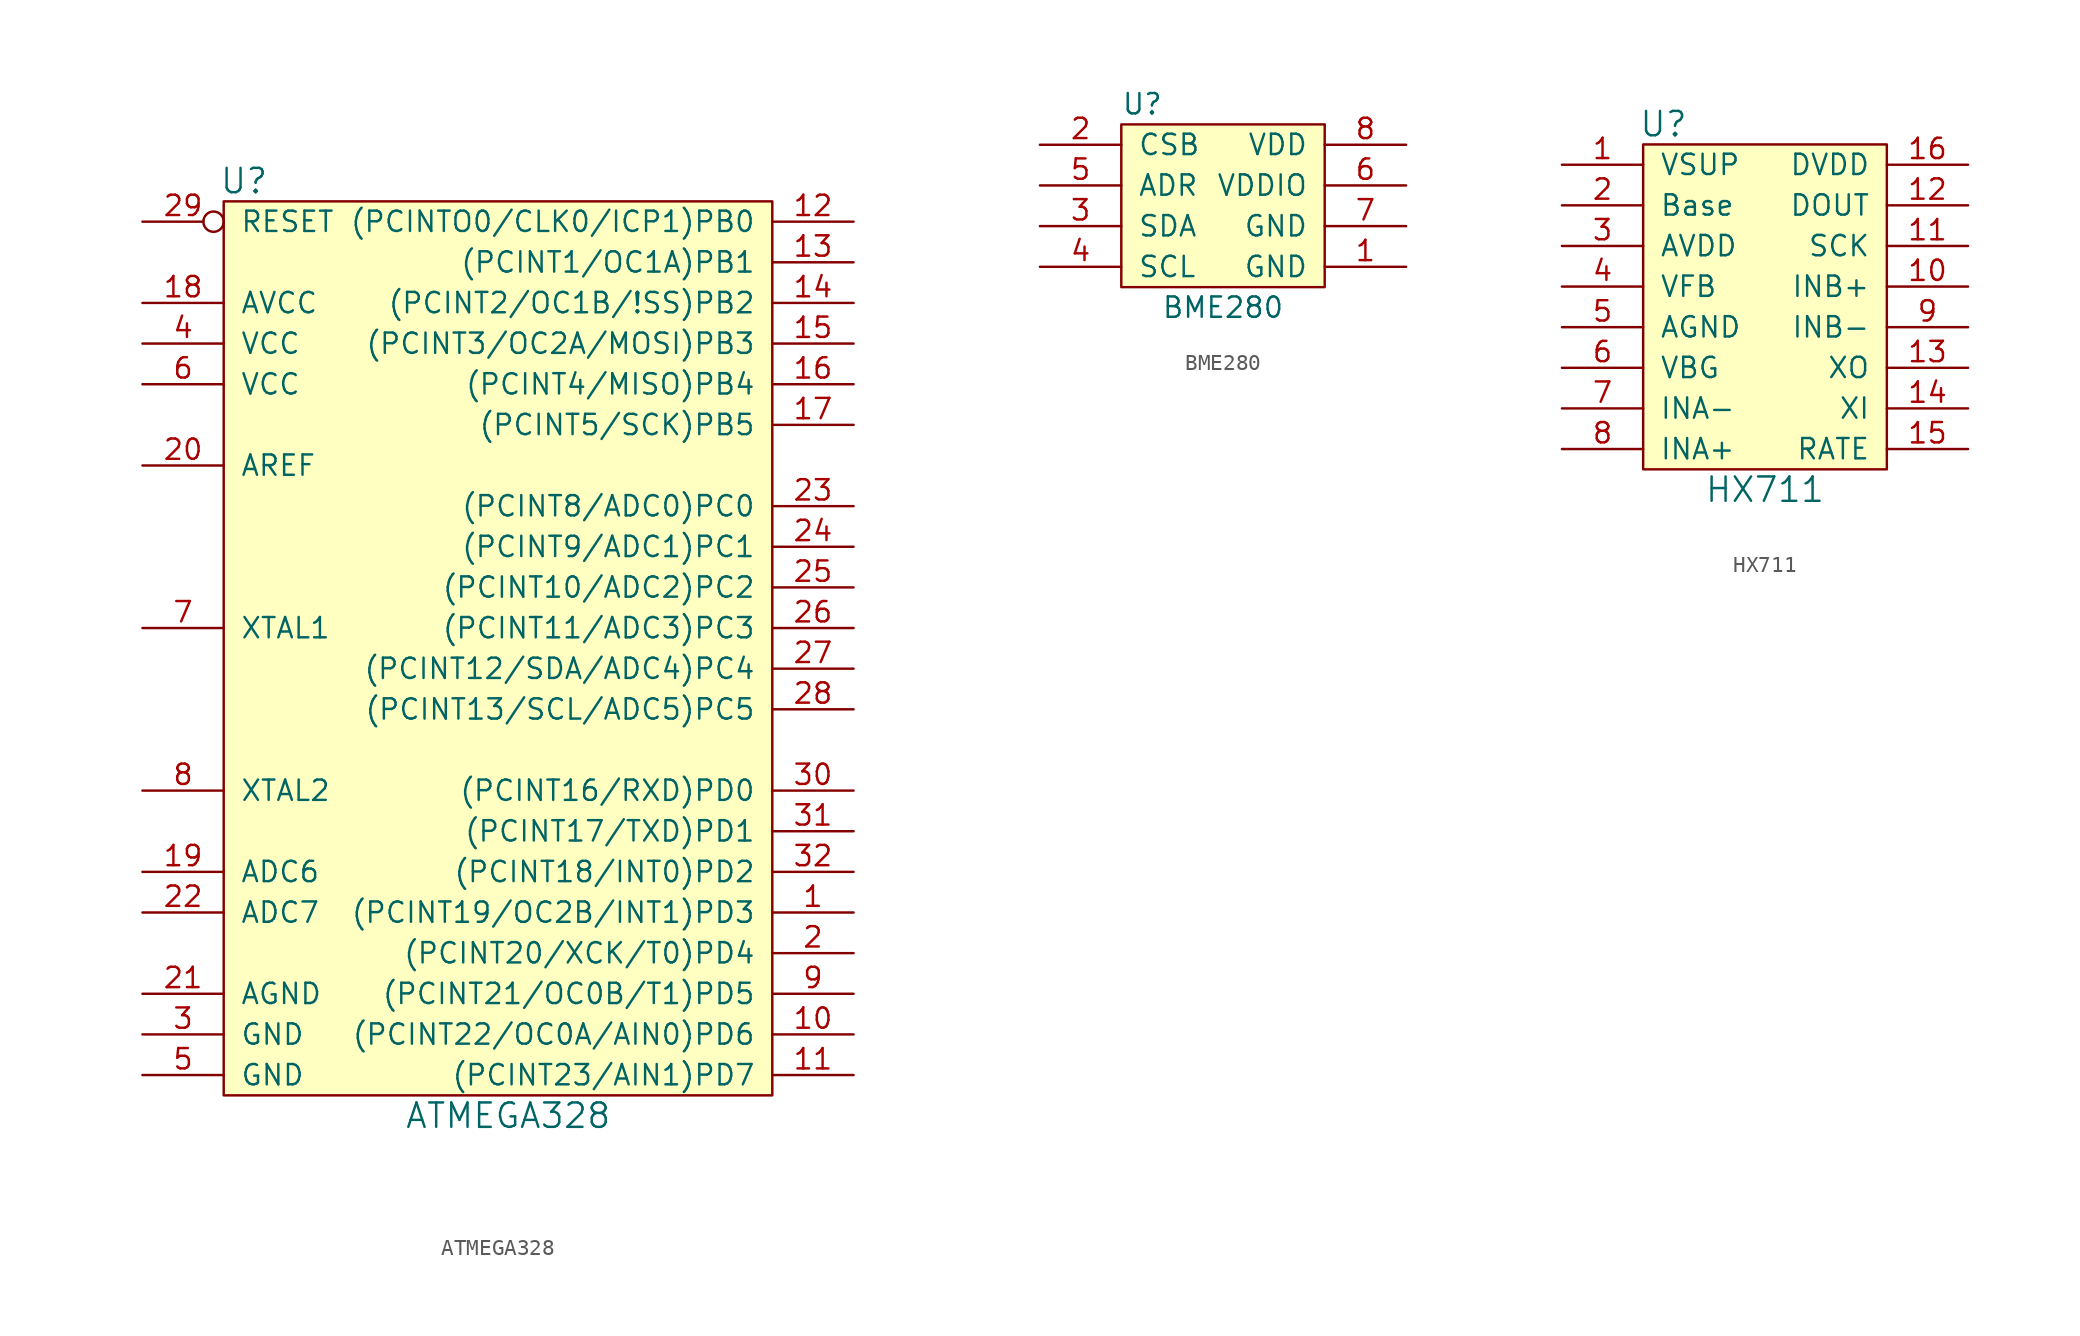
<source format=kicad_sym>
(kicad_symbol_lib
  (version 20211014)
  (generator kicad_symbol_editor)
  (symbol "ATMEGA328"
    (pin_names
      (offset 1.016))
    (property "Reference" "U"
      (at -16.51 26.67 0)
      (effects (font (size 1.524 1.524))))
    (property "Value" "ATMEGA328"
      (at 0 -31.75 0)
      (effects (font (size 1.524 1.524))))
    (symbol "ATMEGA328_0_1"
      (rectangle (start -17.78 25.4) (end 16.51 -30.48) (stroke (width 0) (type default) (color 0 0 0 0)) (fill (type background))))
    (symbol "ATMEGA328_1_1"
      (pin bidirectional line (at 21.59 -19.05 180) (length 5.08) (name "(PCINT19/OC2B/INT1)PD3" (effects (font (size 1.27 1.27)))) (number "1" (effects (font (size 1.27 1.27)))))
      (pin bidirectional line (at 21.59 -26.67 180) (length 5.08) (name "(PCINT22/OC0A/AIN0)PD6" (effects (font (size 1.27 1.27)))) (number "10" (effects (font (size 1.27 1.27)))))
      (pin bidirectional line (at 21.59 -29.21 180) (length 5.08) (name "(PCINT23/AIN1)PD7" (effects (font (size 1.27 1.27)))) (number "11" (effects (font (size 1.27 1.27)))))
      (pin bidirectional line (at 21.59 24.13 180) (length 5.08) (name "(PCINTO0/CLK0/ICP1)PB0" (effects (font (size 1.27 1.27)))) (number "12" (effects (font (size 1.27 1.27)))))
      (pin bidirectional line (at 21.59 21.59 180) (length 5.08) (name "(PCINT1/OC1A)PB1" (effects (font (size 1.27 1.27)))) (number "13" (effects (font (size 1.27 1.27)))))
      (pin bidirectional line (at 21.59 19.05 180) (length 5.08) (name "(PCINT2/OC1B/!SS)PB2" (effects (font (size 1.27 1.27)))) (number "14" (effects (font (size 1.27 1.27)))))
      (pin bidirectional line (at 21.59 16.51 180) (length 5.08) (name "(PCINT3/OC2A/MOSI)PB3" (effects (font (size 1.27 1.27)))) (number "15" (effects (font (size 1.27 1.27)))))
      (pin bidirectional line (at 21.59 13.97 180) (length 5.08) (name "(PCINT4/MISO)PB4" (effects (font (size 1.27 1.27)))) (number "16" (effects (font (size 1.27 1.27)))))
      (pin bidirectional line (at 21.59 11.43 180) (length 5.08) (name "(PCINT5/SCK)PB5" (effects (font (size 1.27 1.27)))) (number "17" (effects (font (size 1.27 1.27)))))
      (pin power_in line (at -22.86 19.05 0) (length 5.08) (name "AVCC" (effects (font (size 1.27 1.27)))) (number "18" (effects (font (size 1.27 1.27)))))
      (pin input line (at -22.86 -16.51 0) (length 5.08) (name "ADC6" (effects (font (size 1.27 1.27)))) (number "19" (effects (font (size 1.27 1.27)))))
      (pin bidirectional line (at 21.59 -21.59 180) (length 5.08) (name "(PCINT20/XCK/T0)PD4" (effects (font (size 1.27 1.27)))) (number "2" (effects (font (size 1.27 1.27)))))
      (pin input line (at -22.86 8.89 0) (length 5.08) (name "AREF" (effects (font (size 1.27 1.27)))) (number "20" (effects (font (size 1.27 1.27)))))
      (pin power_in line (at -22.86 -24.13 0) (length 5.08) (name "AGND" (effects (font (size 1.27 1.27)))) (number "21" (effects (font (size 1.27 1.27)))))
      (pin input line (at -22.86 -19.05 0) (length 5.08) (name "ADC7" (effects (font (size 1.27 1.27)))) (number "22" (effects (font (size 1.27 1.27)))))
      (pin bidirectional line (at 21.59 6.35 180) (length 5.08) (name "(PCINT8/ADC0)PC0" (effects (font (size 1.27 1.27)))) (number "23" (effects (font (size 1.27 1.27)))))
      (pin bidirectional line (at 21.59 3.81 180) (length 5.08) (name "(PCINT9/ADC1)PC1" (effects (font (size 1.27 1.27)))) (number "24" (effects (font (size 1.27 1.27)))))
      (pin bidirectional line (at 21.59 1.27 180) (length 5.08) (name "(PCINT10/ADC2)PC2" (effects (font (size 1.27 1.27)))) (number "25" (effects (font (size 1.27 1.27)))))
      (pin bidirectional line (at 21.59 -1.27 180) (length 5.08) (name "(PCINT11/ADC3)PC3" (effects (font (size 1.27 1.27)))) (number "26" (effects (font (size 1.27 1.27)))))
      (pin bidirectional line (at 21.59 -3.81 180) (length 5.08) (name "(PCINT12/SDA/ADC4)PC4" (effects (font (size 1.27 1.27)))) (number "27" (effects (font (size 1.27 1.27)))))
      (pin bidirectional line (at 21.59 -6.35 180) (length 5.08) (name "(PCINT13/SCL/ADC5)PC5" (effects (font (size 1.27 1.27)))) (number "28" (effects (font (size 1.27 1.27)))))
      (pin input inverted (at -22.86 24.13 0) (length 5.08) (name "RESET" (effects (font (size 1.27 1.27)))) (number "29" (effects (font (size 1.27 1.27)))))
      (pin power_in line (at -22.86 -26.67 0) (length 5.08) (name "GND" (effects (font (size 1.27 1.27)))) (number "3" (effects (font (size 1.27 1.27)))))
      (pin bidirectional line (at 21.59 -11.43 180) (length 5.08) (name "(PCINT16/RXD)PD0" (effects (font (size 1.27 1.27)))) (number "30" (effects (font (size 1.27 1.27)))))
      (pin bidirectional line (at 21.59 -13.97 180) (length 5.08) (name "(PCINT17/TXD)PD1" (effects (font (size 1.27 1.27)))) (number "31" (effects (font (size 1.27 1.27)))))
      (pin bidirectional line (at 21.59 -16.51 180) (length 5.08) (name "(PCINT18/INT0)PD2" (effects (font (size 1.27 1.27)))) (number "32" (effects (font (size 1.27 1.27)))))
      (pin power_in line (at -22.86 16.51 0) (length 5.08) (name "VCC" (effects (font (size 1.27 1.27)))) (number "4" (effects (font (size 1.27 1.27)))))
      (pin power_in line (at -22.86 -29.21 0) (length 5.08) (name "GND" (effects (font (size 1.27 1.27)))) (number "5" (effects (font (size 1.27 1.27)))))
      (pin power_in line (at -22.86 13.97 0) (length 5.08) (name "VCC" (effects (font (size 1.27 1.27)))) (number "6" (effects (font (size 1.27 1.27)))))
      (pin bidirectional line (at -22.86 -1.27 0) (length 5.08) (name "XTAL1" (effects (font (size 1.27 1.27)))) (number "7" (effects (font (size 1.27 1.27)))))
      (pin bidirectional line (at -22.86 -11.43 0) (length 5.08) (name "XTAL2" (effects (font (size 1.27 1.27)))) (number "8" (effects (font (size 1.27 1.27)))))
      (pin bidirectional line (at 21.59 -24.13 180) (length 5.08) (name "(PCINT21/OC0B/T1)PD5" (effects (font (size 1.27 1.27)))) (number "9" (effects (font (size 1.27 1.27)))))))
  (symbol "BME280"
    (pin_names
      (offset 1.016))
    (property "Reference" "U"
      (at -6.35 6.35 0)
      (effects (font (size 1.27 1.27)) (justify left)))
    (property "Value" "BME280"
      (at 0 -6.35 0)
      (effects (font (size 1.27 1.27))))
    (symbol "BME280_0_1"
      (rectangle (start -6.35 5.08) (end 6.35 -5.08) (stroke (width 0) (type default) (color 0 0 0 0)) (fill (type background))))
    (symbol "BME280_1_1"
      (pin power_in line (at 11.43 -3.81 180) (length 5.08) (name "GND" (effects (font (size 1.27 1.27)))) (number "1" (effects (font (size 1.27 1.27)))))
      (pin input line (at -11.43 3.81 0) (length 5.08) (name "CSB" (effects (font (size 1.27 1.27)))) (number "2" (effects (font (size 1.27 1.27)))))
      (pin bidirectional line (at -11.43 -1.27 0) (length 5.08) (name "SDA" (effects (font (size 1.27 1.27)))) (number "3" (effects (font (size 1.27 1.27)))))
      (pin input line (at -11.43 -3.81 0) (length 5.08) (name "SCL" (effects (font (size 1.27 1.27)))) (number "4" (effects (font (size 1.27 1.27)))))
      (pin bidirectional line (at -11.43 1.27 0) (length 5.08) (name "ADR" (effects (font (size 1.27 1.27)))) (number "5" (effects (font (size 1.27 1.27)))))
      (pin power_in line (at 11.43 1.27 180) (length 5.08) (name "VDDIO" (effects (font (size 1.27 1.27)))) (number "6" (effects (font (size 1.27 1.27)))))
      (pin power_in line (at 11.43 -1.27 180) (length 5.08) (name "GND" (effects (font (size 1.27 1.27)))) (number "7" (effects (font (size 1.27 1.27)))))
      (pin power_in line (at 11.43 3.81 180) (length 5.08) (name "VDD" (effects (font (size 1.27 1.27)))) (number "8" (effects (font (size 1.27 1.27)))))))
  (symbol "HX711"
    (pin_names
      (offset 1.016))
    (property "Reference" "U"
      (at -6.35 11.43 0)
      (effects (font (size 1.524 1.524))))
    (property "Value" "HX711"
      (at 0 -11.43 0)
      (effects (font (size 1.524 1.524))))
    (symbol "HX711_0_1"
      (rectangle (start -7.62 10.16) (end 7.62 -10.16) (stroke (width 0) (type default) (color 0 0 0 0)) (fill (type background))))
    (symbol "HX711_1_1"
      (pin power_in line (at -12.7 8.89 0) (length 5.08) (name "VSUP" (effects (font (size 1.27 1.27)))) (number "1" (effects (font (size 1.27 1.27)))))
      (pin input line (at 12.7 1.27 180) (length 5.08) (name "INB+" (effects (font (size 1.27 1.27)))) (number "10" (effects (font (size 1.27 1.27)))))
      (pin input line (at 12.7 3.81 180) (length 5.08) (name "SCK" (effects (font (size 1.27 1.27)))) (number "11" (effects (font (size 1.27 1.27)))))
      (pin output line (at 12.7 6.35 180) (length 5.08) (name "DOUT" (effects (font (size 1.27 1.27)))) (number "12" (effects (font (size 1.27 1.27)))))
      (pin bidirectional line (at 12.7 -3.81 180) (length 5.08) (name "XO" (effects (font (size 1.27 1.27)))) (number "13" (effects (font (size 1.27 1.27)))))
      (pin bidirectional line (at 12.7 -6.35 180) (length 5.08) (name "XI" (effects (font (size 1.27 1.27)))) (number "14" (effects (font (size 1.27 1.27)))))
      (pin input line (at 12.7 -8.89 180) (length 5.08) (name "RATE" (effects (font (size 1.27 1.27)))) (number "15" (effects (font (size 1.27 1.27)))))
      (pin power_in line (at 12.7 8.89 180) (length 5.08) (name "DVDD" (effects (font (size 1.27 1.27)))) (number "16" (effects (font (size 1.27 1.27)))))
      (pin output line (at -12.7 6.35 0) (length 5.08) (name "Base" (effects (font (size 1.27 1.27)))) (number "2" (effects (font (size 1.27 1.27)))))
      (pin power_in line (at -12.7 3.81 0) (length 5.08) (name "AVDD" (effects (font (size 1.27 1.27)))) (number "3" (effects (font (size 1.27 1.27)))))
      (pin input line (at -12.7 1.27 0) (length 5.08) (name "VFB" (effects (font (size 1.27 1.27)))) (number "4" (effects (font (size 1.27 1.27)))))
      (pin input line (at -12.7 -1.27 0) (length 5.08) (name "AGND" (effects (font (size 1.27 1.27)))) (number "5" (effects (font (size 1.27 1.27)))))
      (pin output line (at -12.7 -3.81 0) (length 5.08) (name "VBG" (effects (font (size 1.27 1.27)))) (number "6" (effects (font (size 1.27 1.27)))))
      (pin input line (at -12.7 -6.35 0) (length 5.08) (name "INA-" (effects (font (size 1.27 1.27)))) (number "7" (effects (font (size 1.27 1.27)))))
      (pin input line (at -12.7 -8.89 0) (length 5.08) (name "INA+" (effects (font (size 1.27 1.27)))) (number "8" (effects (font (size 1.27 1.27)))))
      (pin input line (at 12.7 -1.27 180) (length 5.08) (name "INB-" (effects (font (size 1.27 1.27)))) (number "9" (effects (font (size 1.27 1.27))))))))
</source>
